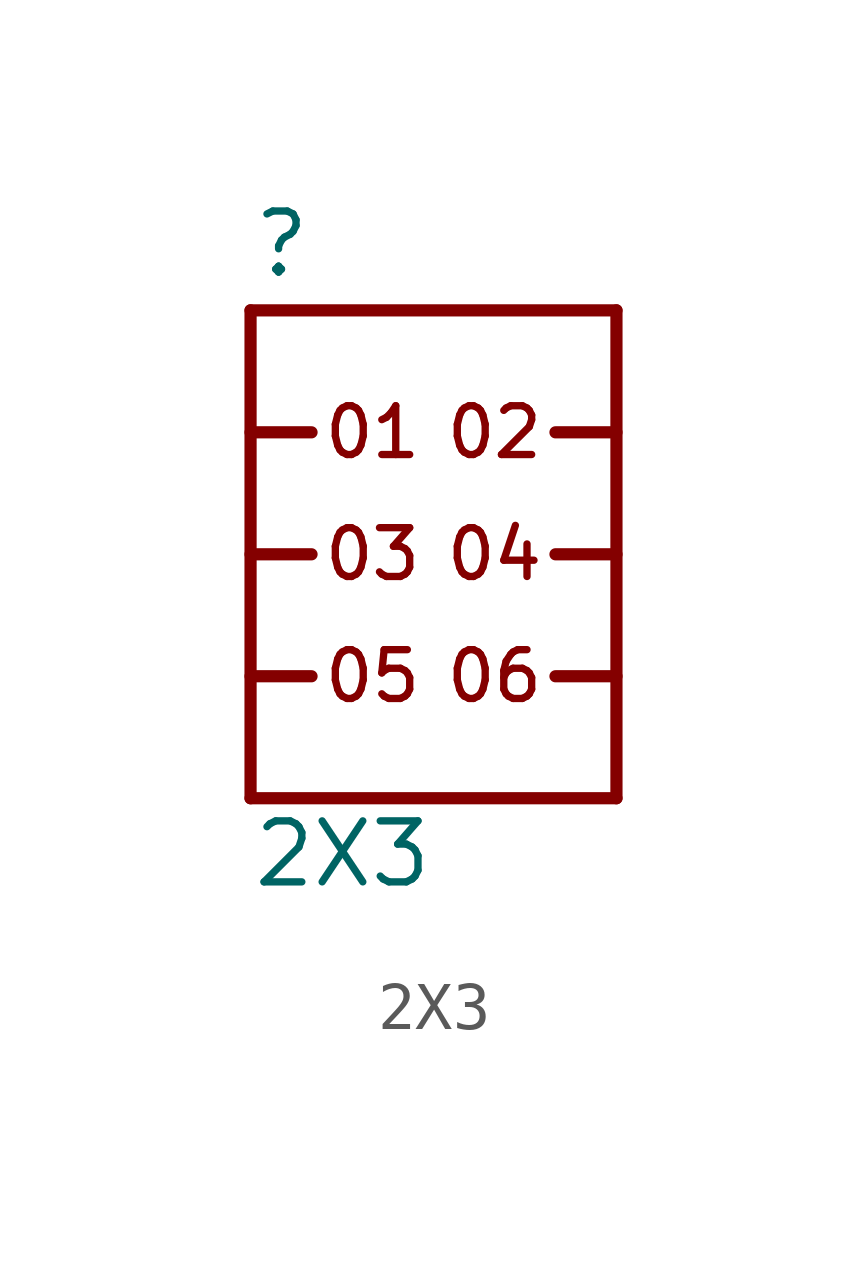
<source format=kicad_sym>
(kicad_symbol_lib
  (version 20211014)
  (generator kicad_symbol_editor)
  (symbol "2X3"
    (property "Reference" ""
      (at -5.08 5.715 0)
      (effects (font (size 1.27 1.27)) (justify left bottom)))
    (property "Value" "2X3"
      (at -5.08 -6.985 0)
      (effects (font (size 1.27 1.27)) (justify left bottom)))
    (property "ki_locked" ""
      (at 0 0 0)
      (effects (font (size 1.27 1.27))))
    (symbol "2X3_1_0"
      (polyline (pts (xy -5.08 -5.08) (xy 2.54 -5.08)) (stroke (width 0.254) (type default) (color 0 0 0 0)) (fill (type none)))
      (polyline (pts (xy -5.08 -2.54) (xy -3.81 -2.54)) (stroke (width 0.254) (type default) (color 0 0 0 0)) (fill (type none)))
      (polyline (pts (xy -5.08 0) (xy -3.81 0)) (stroke (width 0.254) (type default) (color 0 0 0 0)) (fill (type none)))
      (polyline (pts (xy -5.08 2.54) (xy -3.81 2.54)) (stroke (width 0.254) (type default) (color 0 0 0 0)) (fill (type none)))
      (polyline (pts (xy -5.08 5.08) (xy -5.08 -5.08)) (stroke (width 0.254) (type default) (color 0 0 0 0)) (fill (type none)))
      (polyline (pts (xy -5.08 5.08) (xy 2.54 5.08)) (stroke (width 0.254) (type default) (color 0 0 0 0)) (fill (type none)))
      (polyline (pts (xy 2.54 -5.08) (xy 2.54 5.08)) (stroke (width 0.254) (type default) (color 0 0 0 0)) (fill (type none)))
      (polyline (pts (xy 2.54 -2.54) (xy 1.27 -2.54)) (stroke (width 0.254) (type default) (color 0 0 0 0)) (fill (type none)))
      (polyline (pts (xy 2.54 0) (xy 1.27 0)) (stroke (width 0.254) (type default) (color 0 0 0 0)) (fill (type none)))
      (polyline (pts (xy 2.54 2.54) (xy 1.27 2.54)) (stroke (width 0.254) (type default) (color 0 0 0 0)) (fill (type none)))
      (text "01" (at -2.54 2.54 0) (effects (font (size 1.016 1.016))))
      (text "02" (at 0 2.54 0) (effects (font (size 1.016 1.016))))
      (text "03" (at -2.54 0 0) (effects (font (size 1.016 1.016))))
      (text "04" (at 0 0 0) (effects (font (size 1.016 1.016))))
      (text "05" (at -2.54 -2.54 0) (effects (font (size 1.016 1.016))))
      (text "06" (at 0 -2.54 0) (effects (font (size 1.016 1.016))))
      (pin bidirectional line (at -5.08 2.54 0) (length 0) (name "1" (effects (font (size 0 0)))) (number "1" (effects (font (size 0 0)))))
      (pin bidirectional line (at 2.54 2.54 180) (length 0) (name "2" (effects (font (size 0 0)))) (number "2" (effects (font (size 0 0)))))
      (pin bidirectional line (at -5.08 0 0) (length 0) (name "3" (effects (font (size 0 0)))) (number "3" (effects (font (size 0 0)))))
      (pin bidirectional line (at 2.54 0 180) (length 0) (name "4" (effects (font (size 0 0)))) (number "4" (effects (font (size 0 0)))))
      (pin bidirectional line (at -5.08 -2.54 0) (length 0) (name "5" (effects (font (size 0 0)))) (number "5" (effects (font (size 0 0)))))
      (pin bidirectional line (at 2.54 -2.54 180) (length 0) (name "6" (effects (font (size 0 0)))) (number "6" (effects (font (size 0 0))))))))
</source>
